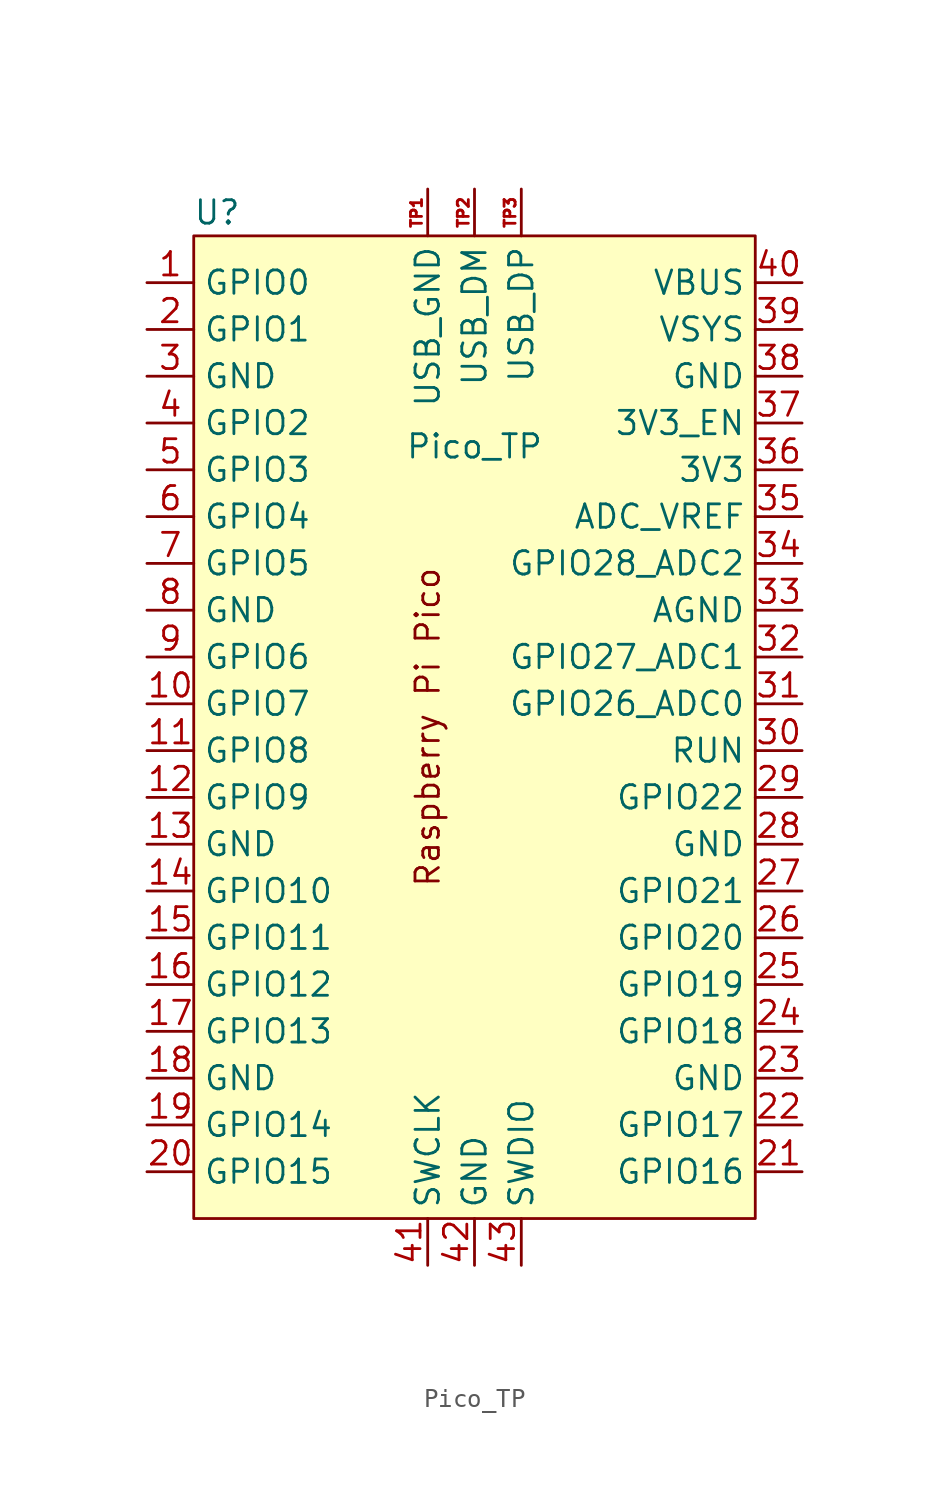
<source format=kicad_sym>
(kicad_symbol_lib
  (version 20211014)
  (generator kicad_symbol_editor)
  (symbol "Pico_TP"
    (property "Reference" "U"
      (at -13.97 27.94 0)
      (effects (font (size 1.27 1.27))))
    (property "Value" "Pico_TP"
      (at 0 15.24 0)
      (effects (font (size 1.27 1.27))))
    (symbol "Pico_TP_0_0"
      (text "Raspberry Pi Pico" (at -2.54 0 900) (effects (font (size 1.27 1.27)))))
    (symbol "Pico_TP_0_1"
      (rectangle (start -15.24 26.67) (end 15.24 -26.67) (stroke (width 0) (type default) (color 0 0 0 0)) (fill (type background))))
    (symbol "Pico_TP_1_1"
      (pin bidirectional line (at -17.78 24.13 0) (length 2.54) (name "GPIO0" (effects (font (size 1.27 1.27)))) (number "1" (effects (font (size 1.27 1.27)))))
      (pin bidirectional line (at -17.78 1.27 0) (length 2.54) (name "GPIO7" (effects (font (size 1.27 1.27)))) (number "10" (effects (font (size 1.27 1.27)))))
      (pin bidirectional line (at -17.78 -1.27 0) (length 2.54) (name "GPIO8" (effects (font (size 1.27 1.27)))) (number "11" (effects (font (size 1.27 1.27)))))
      (pin bidirectional line (at -17.78 -3.81 0) (length 2.54) (name "GPIO9" (effects (font (size 1.27 1.27)))) (number "12" (effects (font (size 1.27 1.27)))))
      (pin power_in line (at -17.78 -6.35 0) (length 2.54) (name "GND" (effects (font (size 1.27 1.27)))) (number "13" (effects (font (size 1.27 1.27)))))
      (pin bidirectional line (at -17.78 -8.89 0) (length 2.54) (name "GPIO10" (effects (font (size 1.27 1.27)))) (number "14" (effects (font (size 1.27 1.27)))))
      (pin bidirectional line (at -17.78 -11.43 0) (length 2.54) (name "GPIO11" (effects (font (size 1.27 1.27)))) (number "15" (effects (font (size 1.27 1.27)))))
      (pin bidirectional line (at -17.78 -13.97 0) (length 2.54) (name "GPIO12" (effects (font (size 1.27 1.27)))) (number "16" (effects (font (size 1.27 1.27)))))
      (pin bidirectional line (at -17.78 -16.51 0) (length 2.54) (name "GPIO13" (effects (font (size 1.27 1.27)))) (number "17" (effects (font (size 1.27 1.27)))))
      (pin power_in line (at -17.78 -19.05 0) (length 2.54) (name "GND" (effects (font (size 1.27 1.27)))) (number "18" (effects (font (size 1.27 1.27)))))
      (pin bidirectional line (at -17.78 -21.59 0) (length 2.54) (name "GPIO14" (effects (font (size 1.27 1.27)))) (number "19" (effects (font (size 1.27 1.27)))))
      (pin bidirectional line (at -17.78 21.59 0) (length 2.54) (name "GPIO1" (effects (font (size 1.27 1.27)))) (number "2" (effects (font (size 1.27 1.27)))))
      (pin bidirectional line (at -17.78 -24.13 0) (length 2.54) (name "GPIO15" (effects (font (size 1.27 1.27)))) (number "20" (effects (font (size 1.27 1.27)))))
      (pin bidirectional line (at 17.78 -24.13 180) (length 2.54) (name "GPIO16" (effects (font (size 1.27 1.27)))) (number "21" (effects (font (size 1.27 1.27)))))
      (pin bidirectional line (at 17.78 -21.59 180) (length 2.54) (name "GPIO17" (effects (font (size 1.27 1.27)))) (number "22" (effects (font (size 1.27 1.27)))))
      (pin power_in line (at 17.78 -19.05 180) (length 2.54) (name "GND" (effects (font (size 1.27 1.27)))) (number "23" (effects (font (size 1.27 1.27)))))
      (pin bidirectional line (at 17.78 -16.51 180) (length 2.54) (name "GPIO18" (effects (font (size 1.27 1.27)))) (number "24" (effects (font (size 1.27 1.27)))))
      (pin bidirectional line (at 17.78 -13.97 180) (length 2.54) (name "GPIO19" (effects (font (size 1.27 1.27)))) (number "25" (effects (font (size 1.27 1.27)))))
      (pin bidirectional line (at 17.78 -11.43 180) (length 2.54) (name "GPIO20" (effects (font (size 1.27 1.27)))) (number "26" (effects (font (size 1.27 1.27)))))
      (pin bidirectional line (at 17.78 -8.89 180) (length 2.54) (name "GPIO21" (effects (font (size 1.27 1.27)))) (number "27" (effects (font (size 1.27 1.27)))))
      (pin power_in line (at 17.78 -6.35 180) (length 2.54) (name "GND" (effects (font (size 1.27 1.27)))) (number "28" (effects (font (size 1.27 1.27)))))
      (pin bidirectional line (at 17.78 -3.81 180) (length 2.54) (name "GPIO22" (effects (font (size 1.27 1.27)))) (number "29" (effects (font (size 1.27 1.27)))))
      (pin power_in line (at -17.78 19.05 0) (length 2.54) (name "GND" (effects (font (size 1.27 1.27)))) (number "3" (effects (font (size 1.27 1.27)))))
      (pin input line (at 17.78 -1.27 180) (length 2.54) (name "RUN" (effects (font (size 1.27 1.27)))) (number "30" (effects (font (size 1.27 1.27)))))
      (pin bidirectional line (at 17.78 1.27 180) (length 2.54) (name "GPIO26_ADC0" (effects (font (size 1.27 1.27)))) (number "31" (effects (font (size 1.27 1.27)))))
      (pin bidirectional line (at 17.78 3.81 180) (length 2.54) (name "GPIO27_ADC1" (effects (font (size 1.27 1.27)))) (number "32" (effects (font (size 1.27 1.27)))))
      (pin power_in line (at 17.78 6.35 180) (length 2.54) (name "AGND" (effects (font (size 1.27 1.27)))) (number "33" (effects (font (size 1.27 1.27)))))
      (pin bidirectional line (at 17.78 8.89 180) (length 2.54) (name "GPIO28_ADC2" (effects (font (size 1.27 1.27)))) (number "34" (effects (font (size 1.27 1.27)))))
      (pin power_in line (at 17.78 11.43 180) (length 2.54) (name "ADC_VREF" (effects (font (size 1.27 1.27)))) (number "35" (effects (font (size 1.27 1.27)))))
      (pin power_in line (at 17.78 13.97 180) (length 2.54) (name "3V3" (effects (font (size 1.27 1.27)))) (number "36" (effects (font (size 1.27 1.27)))))
      (pin input line (at 17.78 16.51 180) (length 2.54) (name "3V3_EN" (effects (font (size 1.27 1.27)))) (number "37" (effects (font (size 1.27 1.27)))))
      (pin bidirectional line (at 17.78 19.05 180) (length 2.54) (name "GND" (effects (font (size 1.27 1.27)))) (number "38" (effects (font (size 1.27 1.27)))))
      (pin power_in line (at 17.78 21.59 180) (length 2.54) (name "VSYS" (effects (font (size 1.27 1.27)))) (number "39" (effects (font (size 1.27 1.27)))))
      (pin bidirectional line (at -17.78 16.51 0) (length 2.54) (name "GPIO2" (effects (font (size 1.27 1.27)))) (number "4" (effects (font (size 1.27 1.27)))))
      (pin power_in line (at 17.78 24.13 180) (length 2.54) (name "VBUS" (effects (font (size 1.27 1.27)))) (number "40" (effects (font (size 1.27 1.27)))))
      (pin input line (at -2.54 -29.21 90) (length 2.54) (name "SWCLK" (effects (font (size 1.27 1.27)))) (number "41" (effects (font (size 1.27 1.27)))))
      (pin power_in line (at 0 -29.21 90) (length 2.54) (name "GND" (effects (font (size 1.27 1.27)))) (number "42" (effects (font (size 1.27 1.27)))))
      (pin bidirectional line (at 2.54 -29.21 90) (length 2.54) (name "SWDIO" (effects (font (size 1.27 1.27)))) (number "43" (effects (font (size 1.27 1.27)))))
      (pin bidirectional line (at -17.78 13.97 0) (length 2.54) (name "GPIO3" (effects (font (size 1.27 1.27)))) (number "5" (effects (font (size 1.27 1.27)))))
      (pin bidirectional line (at -17.78 11.43 0) (length 2.54) (name "GPIO4" (effects (font (size 1.27 1.27)))) (number "6" (effects (font (size 1.27 1.27)))))
      (pin bidirectional line (at -17.78 8.89 0) (length 2.54) (name "GPIO5" (effects (font (size 1.27 1.27)))) (number "7" (effects (font (size 1.27 1.27)))))
      (pin power_in line (at -17.78 6.35 0) (length 2.54) (name "GND" (effects (font (size 1.27 1.27)))) (number "8" (effects (font (size 1.27 1.27)))))
      (pin bidirectional line (at -17.78 3.81 0) (length 2.54) (name "GPIO6" (effects (font (size 1.27 1.27)))) (number "9" (effects (font (size 1.27 1.27)))))
      (pin bidirectional line (at -2.54 29.21 270) (length 2.54) (name "USB_GND" (effects (font (size 1.27 1.27)))) (number "TP1" (effects (font (size 0.6 0.6)))))
      (pin bidirectional line (at 0 29.21 270) (length 2.54) (name "USB_DM" (effects (font (size 1.27 1.27)))) (number "TP2" (effects (font (size 0.6 0.6)))))
      (pin bidirectional line (at 2.54 29.21 270) (length 2.54) (name "USB_DP" (effects (font (size 1.27 1.27)))) (number "TP3" (effects (font (size 0.6 0.6))))))))
</source>
